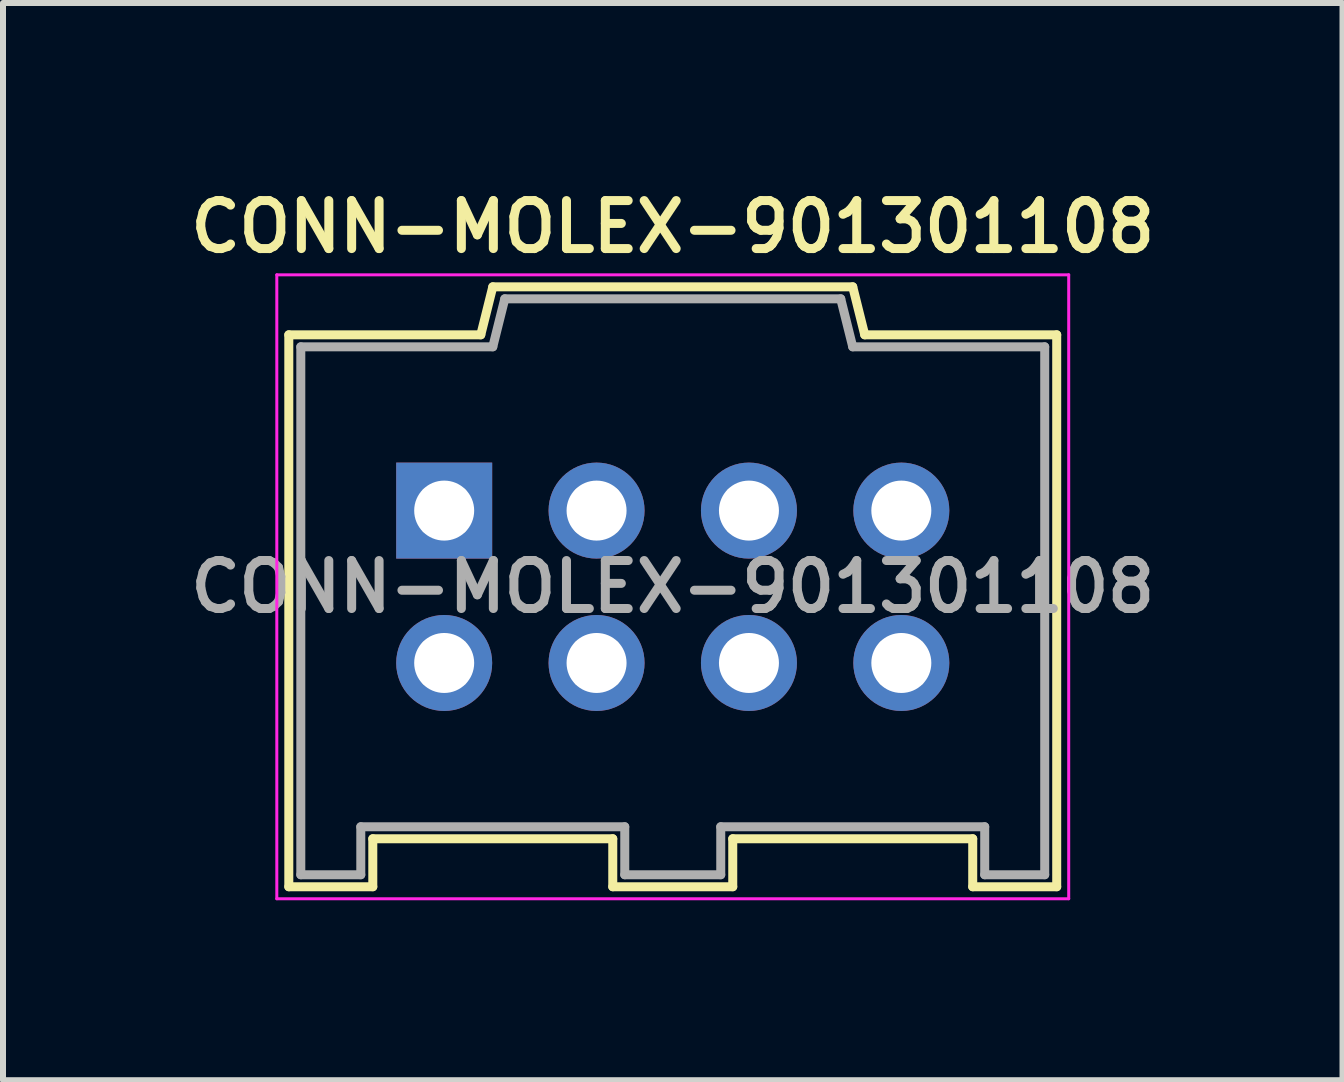
<source format=kicad_pcb>
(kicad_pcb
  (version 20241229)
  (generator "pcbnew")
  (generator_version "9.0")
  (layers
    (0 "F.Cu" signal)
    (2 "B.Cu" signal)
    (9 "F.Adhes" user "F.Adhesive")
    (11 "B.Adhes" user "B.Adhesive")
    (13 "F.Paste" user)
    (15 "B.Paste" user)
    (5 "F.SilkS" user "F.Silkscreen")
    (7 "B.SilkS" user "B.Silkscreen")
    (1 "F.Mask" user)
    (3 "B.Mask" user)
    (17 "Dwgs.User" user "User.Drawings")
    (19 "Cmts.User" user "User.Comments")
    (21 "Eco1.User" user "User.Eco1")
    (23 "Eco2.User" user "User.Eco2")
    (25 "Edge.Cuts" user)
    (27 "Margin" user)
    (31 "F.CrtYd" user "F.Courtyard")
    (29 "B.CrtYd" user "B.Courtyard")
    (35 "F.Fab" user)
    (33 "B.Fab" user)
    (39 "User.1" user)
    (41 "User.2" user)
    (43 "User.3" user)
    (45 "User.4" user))
  (footprint "CONN-MOLEX-901301108"
    (layer "F.Cu")
    (at 8.164 6.731)
    (property "Reference" "CONN-MOLEX-901301108" (at 0 -6 0) (layer "F.SilkS") (effects (font (size 0.8 0.8) (thickness 0.15))))
    (attr through_hole)
    (fp_line (start -6.4 -4.2) (end -6.4 5) (stroke (width 0.15) (type solid)) (layer "F.SilkS"))
    (fp_line (start -6.4 -4.2) (end -3.2 -4.2) (stroke (width 0.15) (type solid)) (layer "F.SilkS"))
    (fp_line (start -6.4 5) (end -5 5) (stroke (width 0.15) (type solid)) (layer "F.SilkS"))
    (fp_line (start -5 4.2) (end -1 4.2) (stroke (width 0.15) (type solid)) (layer "F.SilkS"))
    (fp_line (start -5 5) (end -5 4.2) (stroke (width 0.15) (type solid)) (layer "F.SilkS"))
    (fp_line (start -3 -5) (end -3.2 -4.2) (stroke (width 0.15) (type solid)) (layer "F.SilkS"))
    (fp_line (start -3 -5) (end 3 -5) (stroke (width 0.15) (type solid)) (layer "F.SilkS"))
    (fp_line (start -1 4.2) (end -1 5) (stroke (width 0.15) (type solid)) (layer "F.SilkS"))
    (fp_line (start -1 5) (end 1 5) (stroke (width 0.15) (type solid)) (layer "F.SilkS"))
    (fp_line (start 1 4.2) (end 5 4.2) (stroke (width 0.15) (type solid)) (layer "F.SilkS"))
    (fp_line (start 1 5) (end 1 4.2) (stroke (width 0.15) (type solid)) (layer "F.SilkS"))
    (fp_line (start 3.2 -4.2) (end 3 -5) (stroke (width 0.15) (type solid)) (layer "F.SilkS"))
    (fp_line (start 5 4.2) (end 5 5) (stroke (width 0.15) (type solid)) (layer "F.SilkS"))
    (fp_line (start 5 5) (end 6.4 5) (stroke (width 0.15) (type solid)) (layer "F.SilkS"))
    (fp_line (start 6.4 -4.2) (end 3.2 -4.2) (stroke (width 0.15) (type solid)) (layer "F.SilkS"))
    (fp_line (start 6.4 5) (end 6.4 -4.2) (stroke (width 0.15) (type solid)) (layer "F.SilkS"))
    (fp_line (start -6.6 -5.2) (end 6.6 -5.2) (stroke (width 0.05) (type solid)) (layer "F.CrtYd"))
    (fp_line (start -6.6 5.2) (end -6.6 -5.2) (stroke (width 0.05) (type solid)) (layer "F.CrtYd"))
    (fp_line (start 6.6 -5.2) (end 6.6 5.2) (stroke (width 0.05) (type solid)) (layer "F.CrtYd"))
    (fp_line (start 6.6 5.2) (end -6.6 5.2) (stroke (width 0.05) (type solid)) (layer "F.CrtYd"))
    (fp_line (start -6.2 -4) (end -3 -4) (stroke (width 0.15) (type solid)) (layer "F.Fab"))
    (fp_line (start -6.2 4.8) (end -6.2 -4) (stroke (width 0.15) (type solid)) (layer "F.Fab"))
    (fp_line (start -5.2 4) (end -5.2 4.8) (stroke (width 0.15) (type solid)) (layer "F.Fab"))
    (fp_line (start -5.2 4.8) (end -6.2 4.8) (stroke (width 0.15) (type solid)) (layer "F.Fab"))
    (fp_line (start -4.11 -1.57) (end -3.51 -1.57) (stroke (width 0.15) (type solid)) (layer "F.Fab"))
    (fp_line (start -4.11 -0.97) (end -4.11 -1.57) (stroke (width 0.15) (type solid)) (layer "F.Fab"))
    (fp_line (start -4.11 0.97) (end -3.51 0.97) (stroke (width 0.15) (type solid)) (layer "F.Fab"))
    (fp_line (start -4.11 1.57) (end -4.11 0.97) (stroke (width 0.15) (type solid)) (layer "F.Fab"))
    (fp_line (start -3.51 -1.57) (end -3.51 -0.97) (stroke (width 0.15) (type solid)) (layer "F.Fab"))
    (fp_line (start -3.51 -0.97) (end -4.11 -0.97) (stroke (width 0.15) (type solid)) (layer "F.Fab"))
    (fp_line (start -3.51 0.97) (end -3.51 1.57) (stroke (width 0.15) (type solid)) (layer "F.Fab"))
    (fp_line (start -3.51 1.57) (end -4.11 1.57) (stroke (width 0.15) (type solid)) (layer "F.Fab"))
    (fp_line (start -3 -4) (end -2.8 -4.8) (stroke (width 0.15) (type solid)) (layer "F.Fab"))
    (fp_line (start -2.8 -4.8) (end 2.8 -4.8) (stroke (width 0.15) (type solid)) (layer "F.Fab"))
    (fp_line (start -1.57 -1.57) (end -0.97 -1.57) (stroke (width 0.15) (type solid)) (layer "F.Fab"))
    (fp_line (start -1.57 -0.97) (end -1.57 -1.57) (stroke (width 0.15) (type solid)) (layer "F.Fab"))
    (fp_line (start -1.57 0.97) (end -0.97 0.97) (stroke (width 0.15) (type solid)) (layer "F.Fab"))
    (fp_line (start -1.57 1.57) (end -1.57 0.97) (stroke (width 0.15) (type solid)) (layer "F.Fab"))
    (fp_line (start -0.97 -1.57) (end -0.97 -0.97) (stroke (width 0.15) (type solid)) (layer "F.Fab"))
    (fp_line (start -0.97 -0.97) (end -1.57 -0.97) (stroke (width 0.15) (type solid)) (layer "F.Fab"))
    (fp_line (start -0.97 0.97) (end -0.97 1.57) (stroke (width 0.15) (type solid)) (layer "F.Fab"))
    (fp_line (start -0.97 1.57) (end -1.57 1.57) (stroke (width 0.15) (type solid)) (layer "F.Fab"))
    (fp_line (start -0.8 4) (end -5.2 4) (stroke (width 0.15) (type solid)) (layer "F.Fab"))
    (fp_line (start -0.8 4.8) (end -0.8 4) (stroke (width 0.15) (type solid)) (layer "F.Fab"))
    (fp_line (start 0.8 4) (end 0.8 4.8) (stroke (width 0.15) (type solid)) (layer "F.Fab"))
    (fp_line (start 0.8 4.8) (end -0.8 4.8) (stroke (width 0.15) (type solid)) (layer "F.Fab"))
    (fp_line (start 0.97 -1.57) (end 1.57 -1.57) (stroke (width 0.15) (type solid)) (layer "F.Fab"))
    (fp_line (start 0.97 -0.97) (end 0.97 -1.57) (stroke (width 0.15) (type solid)) (layer "F.Fab"))
    (fp_line (start 0.97 0.97) (end 1.57 0.97) (stroke (width 0.15) (type solid)) (layer "F.Fab"))
    (fp_line (start 0.97 1.57) (end 0.97 0.97) (stroke (width 0.15) (type solid)) (layer "F.Fab"))
    (fp_line (start 1.57 -1.57) (end 1.57 -0.97) (stroke (width 0.15) (type solid)) (layer "F.Fab"))
    (fp_line (start 1.57 -0.97) (end 0.97 -0.97) (stroke (width 0.15) (type solid)) (layer "F.Fab"))
    (fp_line (start 1.57 0.97) (end 1.57 1.57) (stroke (width 0.15) (type solid)) (layer "F.Fab"))
    (fp_line (start 1.57 1.57) (end 0.97 1.57) (stroke (width 0.15) (type solid)) (layer "F.Fab"))
    (fp_line (start 2.8 -4.8) (end 3 -4) (stroke (width 0.15) (type solid)) (layer "F.Fab"))
    (fp_line (start 3 -4) (end 6.2 -4) (stroke (width 0.15) (type solid)) (layer "F.Fab"))
    (fp_line (start 3.51 -1.57) (end 4.11 -1.57) (stroke (width 0.15) (type solid)) (layer "F.Fab"))
    (fp_line (start 3.51 -0.97) (end 3.51 -1.57) (stroke (width 0.15) (type solid)) (layer "F.Fab"))
    (fp_line (start 3.51 0.97) (end 4.11 0.97) (stroke (width 0.15) (type solid)) (layer "F.Fab"))
    (fp_line (start 3.51 1.57) (end 3.51 0.97) (stroke (width 0.15) (type solid)) (layer "F.Fab"))
    (fp_line (start 4.11 -1.57) (end 4.11 -0.97) (stroke (width 0.15) (type solid)) (layer "F.Fab"))
    (fp_line (start 4.11 -0.97) (end 3.51 -0.97) (stroke (width 0.15) (type solid)) (layer "F.Fab"))
    (fp_line (start 4.11 0.97) (end 4.11 1.57) (stroke (width 0.15) (type solid)) (layer "F.Fab"))
    (fp_line (start 4.11 1.57) (end 3.51 1.57) (stroke (width 0.15) (type solid)) (layer "F.Fab"))
    (fp_line (start 5.2 4) (end 0.8 4) (stroke (width 0.15) (type solid)) (layer "F.Fab"))
    (fp_line (start 5.2 4.8) (end 5.2 4) (stroke (width 0.15) (type solid)) (layer "F.Fab"))
    (fp_line (start 6.2 -4) (end 6.2 4.8) (stroke (width 0.15) (type solid)) (layer "F.Fab"))
    (fp_line (start 6.2 4.8) (end 5.2 4.8) (stroke (width 0.15) (type solid)) (layer "F.Fab"))
    (fp_text user "${REFERENCE}" (at 0 0 0) (layer "F.Fab") (effects (font (size 0.8 0.8) (thickness 0.15))))
    (pad "1" thru_hole rect (at -3.81 -1.27) (size 1.6 1.6) (drill 1) (layers "*.Cu" "*.Mask"))
    (pad "2" thru_hole circle (at -3.81 1.27) (size 1.6 1.6) (drill 1) (layers "*.Cu" "*.Mask"))
    (pad "3" thru_hole circle (at -1.27 -1.27) (size 1.6 1.6) (drill 1) (layers "*.Cu" "*.Mask"))
    (pad "4" thru_hole circle (at -1.27 1.27) (size 1.6 1.6) (drill 1) (layers "*.Cu" "*.Mask"))
    (pad "5" thru_hole circle (at 1.27 -1.27) (size 1.6 1.6) (drill 1) (layers "*.Cu" "*.Mask"))
    (pad "6" thru_hole circle (at 1.27 1.27) (size 1.6 1.6) (drill 1) (layers "*.Cu" "*.Mask"))
    (pad "7" thru_hole circle (at 3.81 -1.27) (size 1.6 1.6) (drill 1) (layers "*.Cu" "*.Mask"))
    (pad "8" thru_hole circle (at 3.81 1.27) (size 1.6 1.6) (drill 1) (layers "*.Cu" "*.Mask")))
  (gr_rect
    (start -3 -3)
    (end 19.328 14.956)
    (stroke (width 0.1) (type default))
    (fill no)
    (layer "Edge.Cuts")))
</source>
